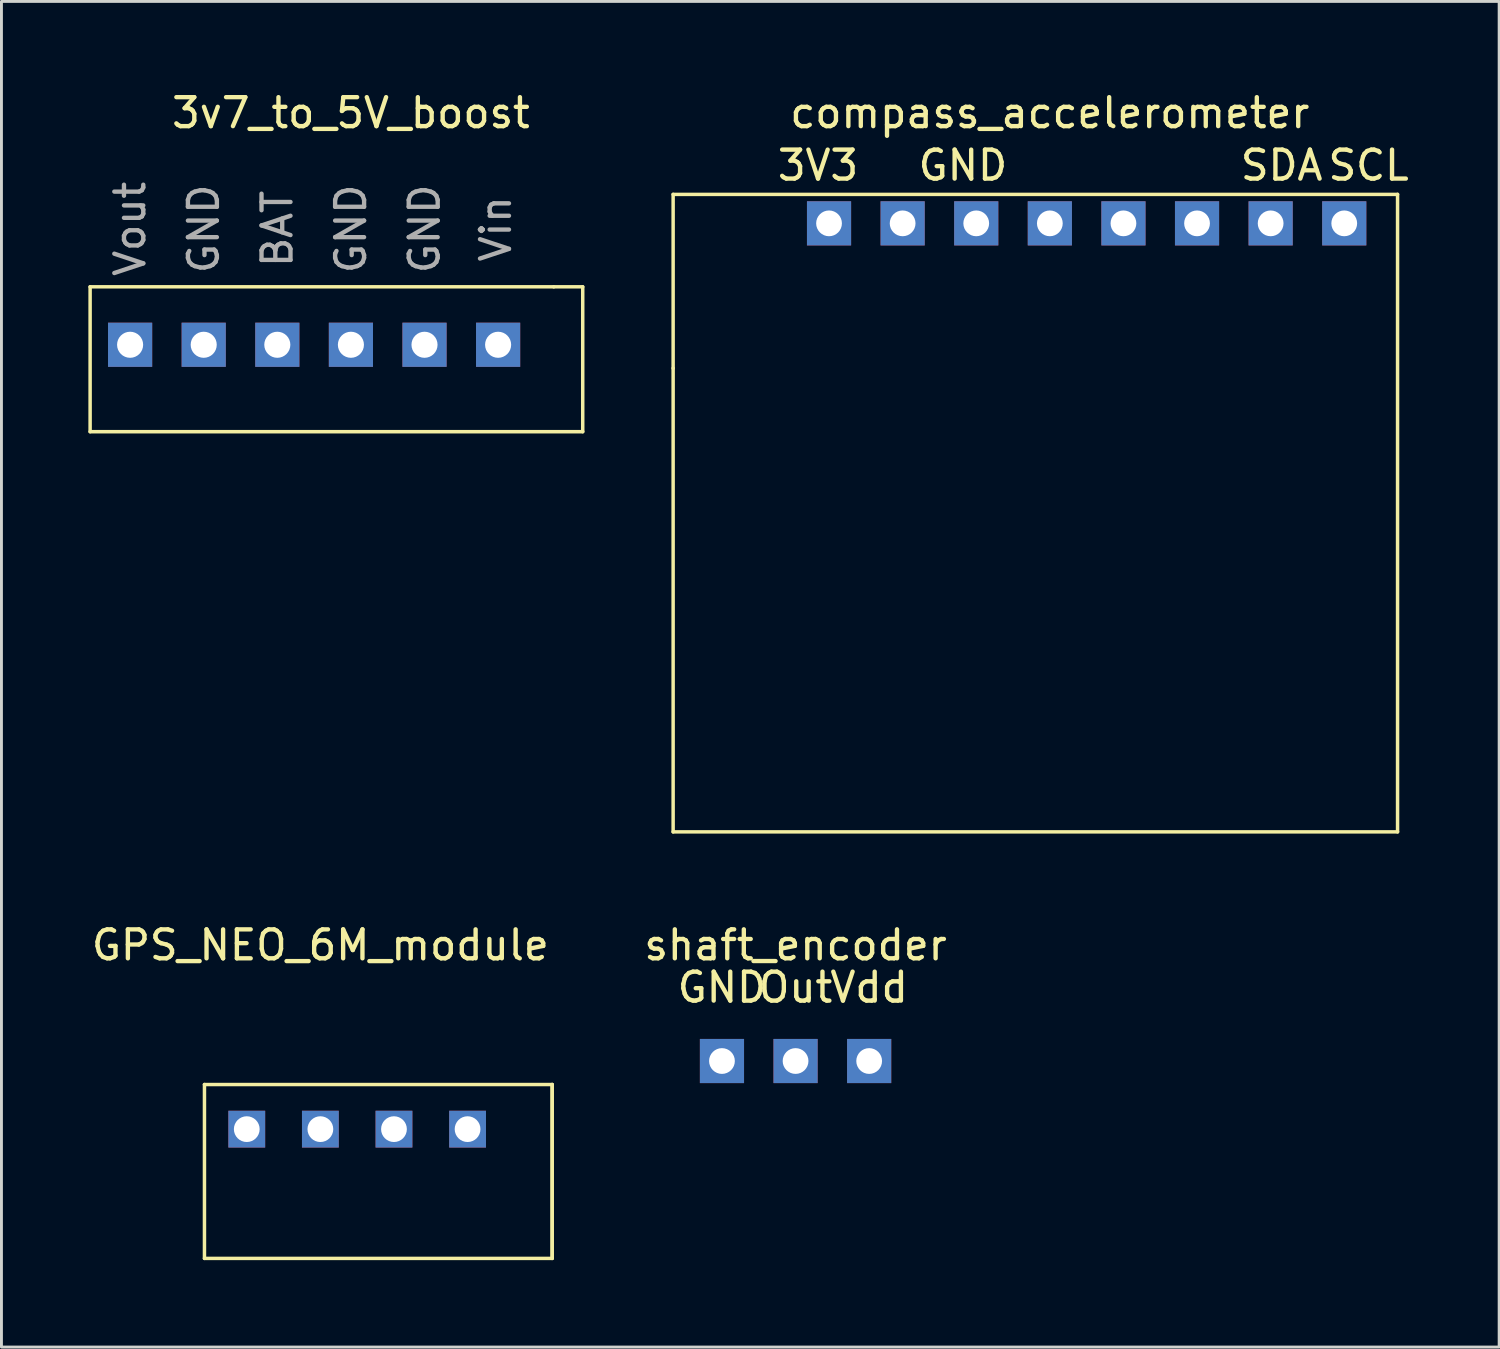
<source format=kicad_pcb>
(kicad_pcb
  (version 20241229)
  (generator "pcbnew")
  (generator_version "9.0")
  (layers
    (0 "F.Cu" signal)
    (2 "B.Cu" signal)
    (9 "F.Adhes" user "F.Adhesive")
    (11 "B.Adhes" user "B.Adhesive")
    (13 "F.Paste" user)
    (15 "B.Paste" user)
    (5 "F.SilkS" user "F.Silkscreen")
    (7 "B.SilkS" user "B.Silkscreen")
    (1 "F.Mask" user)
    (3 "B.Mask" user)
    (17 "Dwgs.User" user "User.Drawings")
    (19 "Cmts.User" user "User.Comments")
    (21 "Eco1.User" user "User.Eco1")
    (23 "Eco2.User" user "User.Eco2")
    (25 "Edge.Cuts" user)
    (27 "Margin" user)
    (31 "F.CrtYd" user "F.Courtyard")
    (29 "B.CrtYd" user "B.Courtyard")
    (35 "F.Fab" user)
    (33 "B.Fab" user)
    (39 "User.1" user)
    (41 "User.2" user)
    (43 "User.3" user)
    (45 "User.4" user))
  (footprint "shaft_encoder"
    (layer "F.Cu")
    (at 24.405 33.566)
    (property "Reference" "shaft_encoder" (at 0 -4 0) (layer "F.SilkS") (effects (font (size 1 1) (thickness 0.15))))
    (attr through_hole)
    (fp_text user "GND" (at -2.54 -2.54 0) (layer "F.SilkS") (effects (font (size 1 1) (thickness 0.15))))
    (fp_text user "Out" (at 0 -2.54 0) (layer "F.SilkS") (effects (font (size 1 1) (thickness 0.15))))
    (fp_text user "Vdd" (at 2.54 -2.54 0) (layer "F.SilkS") (effects (font (size 1 1) (thickness 0.15))))
    (pad "1" thru_hole rect (at 2.54 0) (size 1.524 1.524) (drill 0.889) (layers "*.Cu" "*.Mask"))
    (pad "2" thru_hole rect (at 0 0) (size 1.524 1.524) (drill 0.889) (layers "*.Cu" "*.Mask"))
    (pad "3" thru_hole rect (at -2.54 0) (size 1.524 1.524) (drill 0.889) (layers "*.Cu" "*.Mask")))
  (footprint "GPS_NEO_6M_module"
    (layer "F.Cu")
    (at 8.006 33.377)
    (property "Reference" "GPS_NEO_6M_module" (at 0 -3.81 0) (layer "F.SilkS") (effects (font (size 1 1) (thickness 0.15))))
    (attr through_hole)
    (fp_line (start -4 1) (end -4 7) (stroke (width 0.12) (type solid)) (layer "F.SilkS"))
    (fp_line (start -4 7) (end 8 7) (stroke (width 0.12) (type solid)) (layer "F.SilkS"))
    (fp_line (start 8 1) (end -4 1) (stroke (width 0.12) (type solid)) (layer "F.SilkS"))
    (fp_line (start 8 1) (end 8 7) (stroke (width 0.12) (type solid)) (layer "F.SilkS"))
    (fp_line (start 8 7) (end 8 1) (stroke (width 0.12) (type solid)) (layer "F.SilkS"))
    (pad "1" thru_hole rect (at 5.08 2.54) (size 1.27 1.27) (drill 0.889) (layers "*.Cu" "*.Mask"))
    (pad "2" thru_hole rect (at 2.54 2.54) (size 1.27 1.27) (drill 0.889) (layers "*.Cu" "*.Mask"))
    (pad "3" thru_hole rect (at 0 2.54) (size 1.27 1.27) (drill 0.889) (layers "*.Cu" "*.Mask"))
    (pad "4" thru_hole rect (at -2.54 2.54) (size 1.27 1.27) (drill 0.889) (layers "*.Cu" "*.Mask")))
  (footprint "3v7_to_5V_boost"
    (layer "F.Cu")
    (at 9.06 8.848)
    (property "Reference" "3v7_to_5V_boost" (at 0 -8 0) (layer "F.SilkS") (effects (font (size 1 1) (thickness 0.15))))
    (attr through_hole)
    (fp_line (start -9 -2) (end 7 -2) (stroke (width 0.12) (type solid)) (layer "F.SilkS"))
    (fp_line (start -9 3) (end -9 -2) (stroke (width 0.12) (type solid)) (layer "F.SilkS"))
    (fp_line (start 7 -2) (end 8 -2) (stroke (width 0.12) (type solid)) (layer "F.SilkS"))
    (fp_line (start 8 -2) (end 8 3) (stroke (width 0.12) (type solid)) (layer "F.SilkS"))
    (fp_line (start 8 3) (end -9 3) (stroke (width 0.12) (type solid)) (layer "F.SilkS"))
    (fp_text user "Vin" (at 5 -4 90) (layer "F.Fab") (effects (font (size 1 1) (thickness 0.15))))
    (fp_text user "BAT" (at -2.54 -4 90) (layer "F.Fab") (effects (font (size 1 1) (thickness 0.15))))
    (fp_text user "Vout" (at -7.62 -4 90) (layer "F.Fab") (effects (font (size 1 1) (thickness 0.15))))
    (fp_text user "GND" (at -5.08 -4 90) (layer "F.Fab") (effects (font (size 1 1) (thickness 0.15))))
    (fp_text user "GND" (at 0 -4 90) (layer "F.Fab") (effects (font (size 1 1) (thickness 0.15))))
    (fp_text user "GND" (at 2.54 -4 90) (layer "F.Fab") (effects (font (size 1 1) (thickness 0.15))))
    (pad "1" thru_hole rect (at 5.08 0) (size 1.524 1.524) (drill 0.9) (layers "*.Cu" "*.Mask"))
    (pad "2" thru_hole rect (at 2.54 0) (size 1.524 1.524) (drill 0.9) (layers "*.Cu" "*.Mask"))
    (pad "3" thru_hole rect (at 0 0) (size 1.524 1.524) (drill 0.9) (layers "*.Cu" "*.Mask"))
    (pad "4" thru_hole rect (at -2.54 0) (size 1.524 1.524) (drill 0.9) (layers "*.Cu" "*.Mask"))
    (pad "5" thru_hole rect (at -5.08 0) (size 1.524 1.524) (drill 0.9) (layers "*.Cu" "*.Mask"))
    (pad "6" thru_hole rect (at -7.62 0) (size 1.524 1.524) (drill 0.9) (layers "*.Cu" "*.Mask")))
  (footprint "compass_accelerometer"
    (layer "F.Cu")
    (at 33.18 4.658)
    (property "Reference" "compass_accelerometer" (at 0 -3.81 0) (layer "F.SilkS") (effects (font (size 1 1) (thickness 0.15))))
    (attr through_hole)
    (fp_line (start -13 -1) (end -13 5) (stroke (width 0.12) (type solid)) (layer "F.SilkS"))
    (fp_line (start -13 5) (end -13 21) (stroke (width 0.12) (type solid)) (layer "F.SilkS"))
    (fp_line (start -13 21) (end 12 21) (stroke (width 0.12) (type solid)) (layer "F.SilkS"))
    (fp_line (start 12 -1) (end -13 -1) (stroke (width 0.12) (type solid)) (layer "F.SilkS"))
    (fp_line (start 12 21) (end 12 -1) (stroke (width 0.12) (type solid)) (layer "F.SilkS"))
    (fp_text user "SDA" (at 8 -2 0) (layer "F.SilkS") (effects (font (size 1 1) (thickness 0.15))))
    (fp_text user "3V3" (at -8 -2 0) (layer "F.SilkS") (effects (font (size 1 1) (thickness 0.15))))
    (fp_text user "SCL" (at 11 -2 0) (layer "F.SilkS") (effects (font (size 1 1) (thickness 0.15))))
    (fp_text user "GND" (at -3 -2 0) (layer "F.SilkS") (effects (font (size 1 1) (thickness 0.15))))
    (pad "1" thru_hole rect (at -7.62 0) (size 1.524 1.524) (drill 0.889) (layers "*.Cu" "*.Mask"))
    (pad "2" thru_hole rect (at 10.16 0) (size 1.524 1.524) (drill 0.889) (layers "*.Cu" "*.Mask"))
    (pad "3" thru_hole rect (at 7.62 0) (size 1.524 1.524) (drill 0.889) (layers "*.Cu" "*.Mask"))
    (pad "4" thru_hole rect (at 5.08 0) (size 1.524 1.524) (drill 0.889) (layers "*.Cu" "*.Mask"))
    (pad "5" thru_hole rect (at 2.54 0) (size 1.524 1.524) (drill 0.889) (layers "*.Cu" "*.Mask"))
    (pad "6" thru_hole rect (at 0 0) (size 1.524 1.524) (drill 0.889) (layers "*.Cu" "*.Mask"))
    (pad "7" thru_hole rect (at -2.54 0) (size 1.524 1.524) (drill 0.889) (layers "*.Cu" "*.Mask"))
    (pad "8" thru_hole rect (at -5.08 0) (size 1.524 1.524) (drill 0.889) (layers "*.Cu" "*.Mask")))
  (gr_rect
    (start -3 -3)
    (end 48.686 43.437)
    (stroke (width 0.1) (type default))
    (fill no)
    (layer "Edge.Cuts")))
</source>
